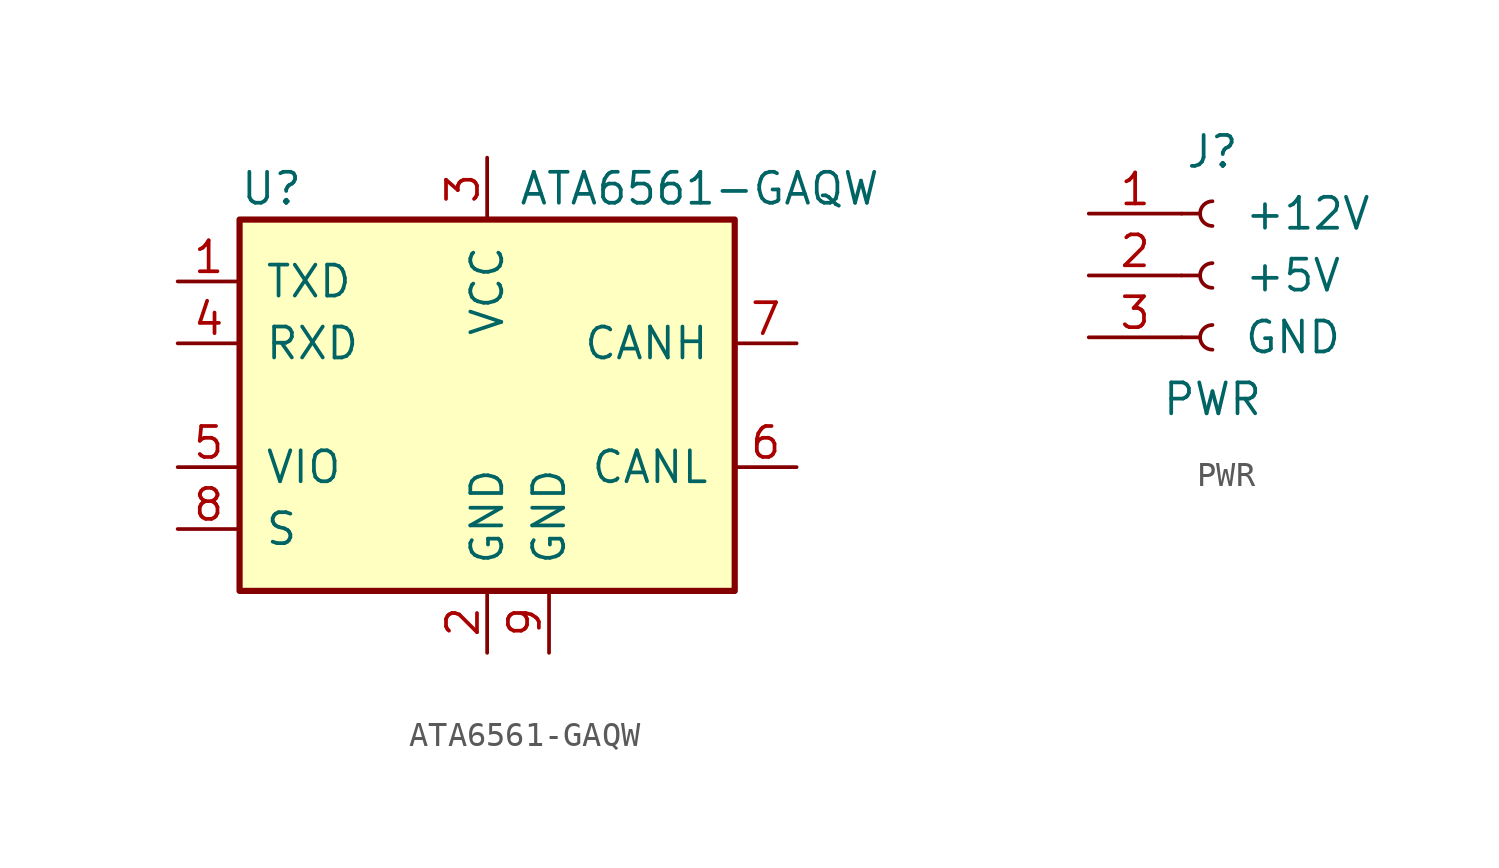
<source format=kicad_sym>
(kicad_symbol_lib
  (version 20241209)
  (generator "kicad_symbol_editor")
  (generator_version "9.0")
  (symbol "ATA6561-GAQW"
    (pin_names
      (offset 1.016))
    (property "Reference" "U"
      (at -10.16 8.89 0)
      (effects (font (size 1.27 1.27)) (justify left)))
    (property "Value" "ATA6561-GAQW"
      (at 1.27 8.89 0)
      (effects (font (size 1.27 1.27)) (justify left)))
    (symbol "ATA6561-GAQW_0_1"
      (rectangle (start -10.16 7.62) (end 10.16 -7.62) (stroke (width 0.254) (type default)) (fill (type background))))
    (symbol "ATA6561-GAQW_1_1"
      (pin input line (at -12.7 5.08 0) (length 2.54) (name "TXD" (effects (font (size 1.27 1.27)))) (number "1" (effects (font (size 1.27 1.27)))))
      (pin output line (at -12.7 2.54 0) (length 2.54) (name "RXD" (effects (font (size 1.27 1.27)))) (number "4" (effects (font (size 1.27 1.27)))))
      (pin power_in line (at -12.7 -2.54 0) (length 2.54) (name "VIO" (effects (font (size 1.27 1.27)))) (number "5" (effects (font (size 1.27 1.27)))))
      (pin input line (at -12.7 -5.08 0) (length 2.54) (name "S" (effects (font (size 1.27 1.27)))) (number "8" (effects (font (size 1.27 1.27)))))
      (pin power_in line (at 0 10.16 270) (length 2.54) (name "VCC" (effects (font (size 1.27 1.27)))) (number "3" (effects (font (size 1.27 1.27)))))
      (pin power_in line (at 0 -10.16 90) (length 2.54) (name "GND" (effects (font (size 1.27 1.27)))) (number "2" (effects (font (size 1.27 1.27)))))
      (pin power_in line (at 2.54 -10.16 90) (length 2.54) (name "GND" (effects (font (size 1.27 1.27)))) (number "9" (effects (font (size 1.27 1.27)))))
      (pin bidirectional line (at 12.7 2.54 180) (length 2.54) (name "CANH" (effects (font (size 1.27 1.27)))) (number "7" (effects (font (size 1.27 1.27)))))
      (pin bidirectional line (at 12.7 -2.54 180) (length 2.54) (name "CANL" (effects (font (size 1.27 1.27)))) (number "6" (effects (font (size 1.27 1.27)))))))
  (symbol "PWR"
    (pin_names
      (offset 2.54))
    (property "Reference" "J"
      (at 0 5.08 0)
      (effects (font (size 1.27 1.27))))
    (property "Value" "PWR"
      (at 0 -5.08 0)
      (effects (font (size 1.27 1.27))))
    (symbol "PWR_1_1"
      (polyline (pts (xy -1.27 2.54) (xy -0.508 2.54)) (stroke (width 0.152) (type default)) (fill (type none)))
      (polyline (pts (xy -1.27 0) (xy -0.508 0)) (stroke (width 0.152) (type default)) (fill (type none)))
      (polyline (pts (xy -1.27 -2.54) (xy -0.508 -2.54)) (stroke (width 0.152) (type default)) (fill (type none)))
      (arc (start 0 2.032) (mid -0.5058 2.54) (end 0 3.048) (stroke (width 0.1524) (type default)) (fill (type none)))
      (arc (start 0 -0.508) (mid -0.5058 0) (end 0 0.508) (stroke (width 0.1524) (type default)) (fill (type none)))
      (arc (start 0 -3.048) (mid -0.5058 -2.54) (end 0 -2.032) (stroke (width 0.1524) (type default)) (fill (type none)))
      (pin power_out line (at -5.08 2.54 0) (length 3.81) (name "+12V" (effects (font (size 1.27 1.27)))) (number "1" (effects (font (size 1.27 1.27)))))
      (pin power_out line (at -5.08 0 0) (length 3.81) (name "+5V" (effects (font (size 1.27 1.27)))) (number "2" (effects (font (size 1.27 1.27)))))
      (pin power_out line (at -5.08 -2.54 0) (length 3.81) (name "GND" (effects (font (size 1.27 1.27)))) (number "3" (effects (font (size 1.27 1.27))))))))
</source>
